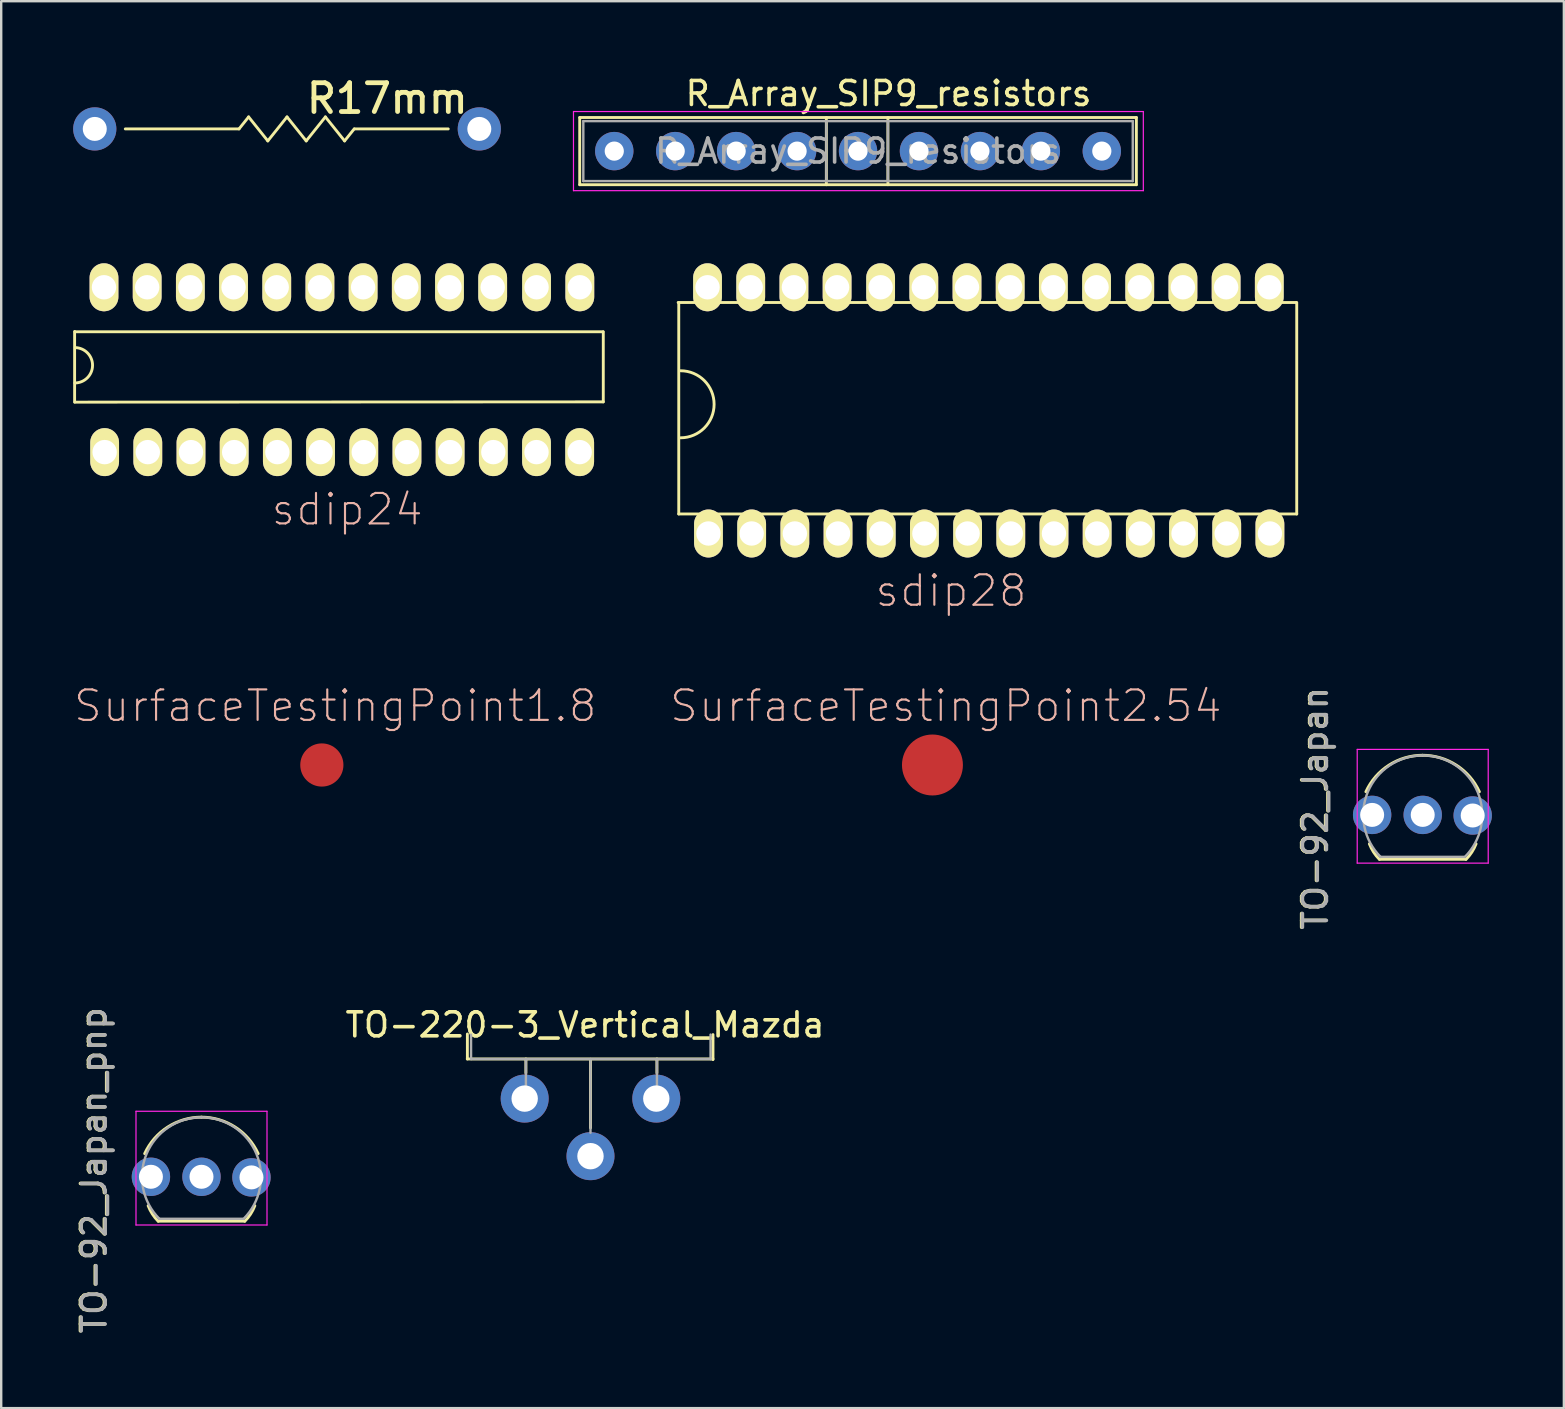
<source format=kicad_pcb>
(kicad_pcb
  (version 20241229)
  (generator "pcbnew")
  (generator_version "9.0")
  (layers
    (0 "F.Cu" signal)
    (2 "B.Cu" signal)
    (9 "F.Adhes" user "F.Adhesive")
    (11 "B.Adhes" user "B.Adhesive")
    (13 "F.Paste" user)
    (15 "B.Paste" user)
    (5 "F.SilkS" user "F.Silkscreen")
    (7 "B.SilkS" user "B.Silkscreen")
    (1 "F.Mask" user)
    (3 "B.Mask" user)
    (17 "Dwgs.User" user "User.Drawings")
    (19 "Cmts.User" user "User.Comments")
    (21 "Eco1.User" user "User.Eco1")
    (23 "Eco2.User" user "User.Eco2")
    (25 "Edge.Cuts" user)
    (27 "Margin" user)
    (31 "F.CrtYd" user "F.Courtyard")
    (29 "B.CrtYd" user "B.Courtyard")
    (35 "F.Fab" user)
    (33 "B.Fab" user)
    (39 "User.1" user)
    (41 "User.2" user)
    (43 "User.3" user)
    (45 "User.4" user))
  (footprint "R_Array_SIP9_resistors"
    (layer "F.Cu")
    (at 22.552 3.248)
    (property "Reference" "R_Array_SIP9_resistors" (at 11.43 -2.4 0) (layer "F.SilkS") (effects (font (size 1 1) (thickness 0.15))))
    (attr through_hole)
    (fp_line (start -1.44 -1.4) (end -1.44 1.4) (stroke (width 0.12) (type solid)) (layer "F.SilkS"))
    (fp_line (start -1.44 1.4) (end 21.76 1.4) (stroke (width 0.12) (type solid)) (layer "F.SilkS"))
    (fp_line (start 8.839 -1.4) (end 8.839 1.4) (stroke (width 0.12) (type solid)) (layer "F.SilkS"))
    (fp_line (start 11.405 -1.4) (end 11.405 1.4) (stroke (width 0.12) (type solid)) (layer "F.SilkS"))
    (fp_line (start 21.76 -1.4) (end -1.44 -1.4) (stroke (width 0.12) (type solid)) (layer "F.SilkS"))
    (fp_line (start 21.76 1.4) (end 21.76 -1.4) (stroke (width 0.12) (type solid)) (layer "F.SilkS"))
    (fp_line (start -1.7 -1.65) (end -1.7 1.65) (stroke (width 0.05) (type solid)) (layer "F.CrtYd"))
    (fp_line (start -1.7 1.65) (end 22.05 1.65) (stroke (width 0.05) (type solid)) (layer "F.CrtYd"))
    (fp_line (start 22.05 -1.65) (end -1.7 -1.65) (stroke (width 0.05) (type solid)) (layer "F.CrtYd"))
    (fp_line (start 22.05 1.65) (end 22.05 -1.65) (stroke (width 0.05) (type solid)) (layer "F.CrtYd"))
    (fp_line (start -1.29 -1.25) (end -1.29 1.25) (stroke (width 0.1) (type solid)) (layer "F.Fab"))
    (fp_line (start -1.29 1.25) (end 21.61 1.25) (stroke (width 0.1) (type solid)) (layer "F.Fab"))
    (fp_line (start 8.839 -1.245) (end 8.839 1.255) (stroke (width 0.1) (type solid)) (layer "F.Fab"))
    (fp_line (start 11.405 -1.255) (end 11.405 1.245) (stroke (width 0.1) (type solid)) (layer "F.Fab"))
    (fp_line (start 21.61 -1.25) (end -1.29 -1.25) (stroke (width 0.1) (type solid)) (layer "F.Fab"))
    (fp_line (start 21.61 1.25) (end 21.61 -1.25) (stroke (width 0.1) (type solid)) (layer "F.Fab"))
    (fp_text user "${REFERENCE}" (at 10.16 0 0) (layer "F.Fab") (effects (font (size 1 1) (thickness 0.15))))
    (pad "1" thru_hole oval (at 0 0) (size 1.6 1.6) (drill 0.8) (layers "*.Cu" "*.Mask"))
    (pad "2" thru_hole oval (at 2.54 0) (size 1.6 1.6) (drill 0.8) (layers "*.Cu" "*.Mask"))
    (pad "3" thru_hole oval (at 5.08 0) (size 1.6 1.6) (drill 0.8) (layers "*.Cu" "*.Mask"))
    (pad "4" thru_hole oval (at 7.62 0) (size 1.6 1.6) (drill 0.8) (layers "*.Cu" "*.Mask"))
    (pad "5" thru_hole oval (at 10.16 0) (size 1.6 1.6) (drill 0.8) (layers "*.Cu" "*.Mask"))
    (pad "6" thru_hole oval (at 12.7 0) (size 1.6 1.6) (drill 0.8) (layers "*.Cu" "*.Mask"))
    (pad "7" thru_hole oval (at 15.24 0) (size 1.6 1.6) (drill 0.8) (layers "*.Cu" "*.Mask"))
    (pad "8" thru_hole oval (at 17.78 0) (size 1.6 1.6) (drill 0.8) (layers "*.Cu" "*.Mask"))
    (pad "9" thru_hole oval (at 20.32 0) (size 1.6 1.6) (drill 0.8) (layers "*.Cu" "*.Mask")))
  (footprint "sdip28"
    (layer "F.Cu")
    (at 49.878 19.261)
    (property "Reference" "sdip28" (at -13.291 2.311 0) (layer "B.SilkS") (effects (font (size 1.27 1.27) (thickness 0.089))))
    (attr exclude_from_pos_files exclude_from_bom)
    (fp_line (start -24.663 -9.703) (end 1.092 -9.703) (stroke (width 0.12) (type solid)) (layer "F.SilkS"))
    (fp_line (start -24.638 -9.703) (end -24.638 -0.889) (stroke (width 0.12) (type solid)) (layer "F.SilkS"))
    (fp_line (start -24.638 -0.889) (end 1.118 -0.889) (stroke (width 0.12) (type solid)) (layer "F.SilkS"))
    (fp_line (start 1.118 -9.703) (end 1.118 -0.889) (stroke (width 0.12) (type solid)) (layer "F.SilkS"))
    (fp_arc (start -24.5618 -6.858) (mid -23.1648 -5.461) (end -24.5618 -4.064) (stroke (width 0.12) (type solid)) (layer "F.SilkS"))
    (pad "1" thru_hole oval (at -23.4 -0.076) (size 1.2 2) (drill 1.016) (layers "*.Cu" "F.Mask" "F.SilkS" "F.Paste"))
    (pad "2" thru_hole oval (at -21.6 -0.076) (size 1.2 2) (drill 1.016) (layers "*.Cu" "F.Mask" "F.SilkS" "F.Paste"))
    (pad "3" thru_hole oval (at -19.8 -0.076) (size 1.2 2) (drill 1.016) (layers "*.Cu" "F.Mask" "F.SilkS" "F.Paste"))
    (pad "4" thru_hole oval (at -18 -0.076) (size 1.2 2) (drill 1.016) (layers "*.Cu" "F.Mask" "F.SilkS" "F.Paste"))
    (pad "5" thru_hole oval (at -16.2 -0.076) (size 1.2 2) (drill 1.016) (layers "*.Cu" "F.Mask" "F.SilkS" "F.Paste"))
    (pad "6" thru_hole oval (at -14.4 -0.076) (size 1.2 2) (drill 1.016) (layers "*.Cu" "F.Mask" "F.SilkS" "F.Paste"))
    (pad "7" thru_hole oval (at -12.6 -0.076) (size 1.2 2) (drill 1.016) (layers "*.Cu" "F.Mask" "F.SilkS" "F.Paste"))
    (pad "8" thru_hole oval (at -10.8 -0.076) (size 1.2 2) (drill 1.016) (layers "*.Cu" "F.Mask" "F.SilkS" "F.Paste"))
    (pad "9" thru_hole oval (at -9 -0.076) (size 1.2 2) (drill 1.016) (layers "*.Cu" "F.Mask" "F.SilkS" "F.Paste"))
    (pad "10" thru_hole oval (at -7.2 -0.076) (size 1.2 2) (drill 1.016) (layers "*.Cu" "F.Mask" "F.SilkS" "F.Paste"))
    (pad "11" thru_hole oval (at -5.4 -0.076) (size 1.2 2) (drill 1.016) (layers "*.Cu" "F.Mask" "F.SilkS" "F.Paste"))
    (pad "12" thru_hole oval (at -3.6 -0.076) (size 1.2 2) (drill 1.016) (layers "*.Cu" "F.Mask" "F.SilkS" "F.Paste"))
    (pad "13" thru_hole oval (at -1.8 -0.076) (size 1.2 2) (drill 1.016) (layers "*.Cu" "F.Mask" "F.SilkS" "F.Paste"))
    (pad "14" thru_hole oval (at 0 -0.076) (size 1.2 2) (drill 1.016) (layers "*.Cu" "F.Mask" "F.SilkS" "F.Paste"))
    (pad "15" thru_hole oval (at -0.025 -10.338) (size 1.2 2) (drill 1.016) (layers "*.Cu" "F.Mask" "F.SilkS" "F.Paste"))
    (pad "16" thru_hole oval (at -1.825 -10.338) (size 1.2 2) (drill 1.016) (layers "*.Cu" "F.Mask" "F.SilkS" "F.Paste"))
    (pad "17" thru_hole oval (at -3.625 -10.338) (size 1.2 2) (drill 1.016) (layers "*.Cu" "F.Mask" "F.SilkS" "F.Paste"))
    (pad "18" thru_hole oval (at -5.425 -10.338) (size 1.2 2) (drill 1.016) (layers "*.Cu" "F.Mask" "F.SilkS" "F.Paste"))
    (pad "19" thru_hole oval (at -7.225 -10.338) (size 1.2 2) (drill 1.016) (layers "*.Cu" "F.Mask" "F.SilkS" "F.Paste"))
    (pad "20" thru_hole oval (at -9.025 -10.338) (size 1.2 2) (drill 1.016) (layers "*.Cu" "F.Mask" "F.SilkS" "F.Paste"))
    (pad "21" thru_hole oval (at -10.825 -10.338) (size 1.2 2) (drill 1.016) (layers "*.Cu" "F.Mask" "F.SilkS" "F.Paste"))
    (pad "22" thru_hole oval (at -12.625 -10.338) (size 1.2 2) (drill 1.016) (layers "*.Cu" "F.Mask" "F.SilkS" "F.Paste"))
    (pad "23" thru_hole oval (at -14.425 -10.338) (size 1.2 2) (drill 1.016) (layers "*.Cu" "F.Mask" "F.SilkS" "F.Paste"))
    (pad "24" thru_hole oval (at -16.225 -10.338) (size 1.2 2) (drill 1.016) (layers "*.Cu" "F.Mask" "F.SilkS" "F.Paste"))
    (pad "25" thru_hole oval (at -18.039 -10.338) (size 1.2 2) (drill 1.016) (layers "*.Cu" "F.Mask" "F.SilkS" "F.Paste"))
    (pad "26" thru_hole oval (at -19.839 -10.338) (size 1.2 2) (drill 1.016) (layers "*.Cu" "F.Mask" "F.SilkS" "F.Paste"))
    (pad "27" thru_hole oval (at -21.639 -10.338) (size 1.2 2) (drill 1.016) (layers "*.Cu" "F.Mask" "F.SilkS" "F.Paste"))
    (pad "28" thru_hole oval (at -23.439 -10.338) (size 1.2 2) (drill 1.016) (layers "*.Cu" "F.Mask" "F.SilkS" "F.Paste")))
  (footprint "TO-92_Japan_pnp"
    (layer "F.Cu")
    (at 4.078 45.997)
    (property "Reference" "TO-92_Japan_pnp" (at -3.23 -0.27 270) (layer "F.SilkS") (effects (font (size 1 1) (thickness 0.15))))
    (attr through_hole)
    (fp_line (start -0.53 1.85) (end 3.07 1.85) (stroke (width 0.12) (type solid)) (layer "F.SilkS"))
    (fp_arc (start -1.098398 -0.9652) (mid -0.139024 -2.072774) (end 1.266901 -2.485681) (stroke (width 0.12) (type solid)) (layer "F.SilkS"))
    (fp_arc (start -0.5334 1.8542) (mid -0.777344 1.552751) (end -0.953055 1.207055) (stroke (width 0.12) (type solid)) (layer "F.SilkS"))
    (fp_arc (start 1.266901 -2.485681) (mid 2.672826 -2.072774) (end 3.6322 -0.9652) (stroke (width 0.12) (type solid)) (layer "F.SilkS"))
    (fp_arc (start 3.493055 1.207055) (mid 3.317344 1.552751) (end 3.0734 1.8542) (stroke (width 0.12) (type solid)) (layer "F.SilkS"))
    (fp_line (start -1.46 -2.73) (end -1.46 2.01) (stroke (width 0.05) (type solid)) (layer "F.CrtYd"))
    (fp_line (start -1.46 -2.73) (end 4 -2.73) (stroke (width 0.05) (type solid)) (layer "F.CrtYd"))
    (fp_line (start 4 2.01) (end -1.46 2.01) (stroke (width 0.05) (type solid)) (layer "F.CrtYd"))
    (fp_line (start 4 2.01) (end 4 -2.73) (stroke (width 0.05) (type solid)) (layer "F.CrtYd"))
    (fp_line (start -0.5 1.75) (end 3 1.75) (stroke (width 0.1) (type solid)) (layer "F.Fab"))
    (fp_arc (start -0.483625 1.753625) (mid -1.021221 -0.949055) (end 1.27 -2.48) (stroke (width 0.1) (type solid)) (layer "F.Fab"))
    (fp_arc (start 1.27 -2.48) (mid 3.561221 -0.949055) (end 3.023625 1.753625) (stroke (width 0.1) (type solid)) (layer "F.Fab"))
    (fp_text user "${REFERENCE}" (at -3.2 -0.27 90) (layer "F.Fab") (effects (font (size 1 1) (thickness 0.15))))
    (pad "1" thru_hole circle (at -0.838 0) (size 1.6 1.6) (drill 1) (layers "*.Cu" "*.Mask"))
    (pad "2" thru_hole circle (at 3.353 0.025) (size 1.6 1.6) (drill 1) (layers "*.Cu" "*.Mask"))
    (pad "3" thru_hole circle (at 1.27 0) (size 1.6 1.6) (drill 1) (layers "*.Cu" "*.Mask")))
  (footprint "TO-220-3_Vertical_Mazda"
    (layer "F.Cu")
    (at 19.021 42.738)
    (property "Reference" "TO-220-3_Vertical_Mazda" (at 2.311 -3.073 0) (layer "F.SilkS") (effects (font (size 1 1) (thickness 0.15))))
    (attr through_hole)
    (fp_line (start -2.595 -1.651) (end 7.645 -1.651) (stroke (width 0.12) (type solid)) (layer "F.SilkS"))
    (fp_line (start -2.591 -2.692) (end -2.591 -1.651) (stroke (width 0.12) (type solid)) (layer "F.SilkS"))
    (fp_line (start -0.152 -1.651) (end -0.152 -1.067) (stroke (width 0.12) (type solid)) (layer "F.SilkS"))
    (fp_line (start 2.54 -1.626) (end 2.54 1.219) (stroke (width 0.12) (type solid)) (layer "F.SilkS"))
    (fp_line (start 5.309 -1.651) (end 5.309 -1.067) (stroke (width 0.12) (type solid)) (layer "F.SilkS"))
    (fp_line (start 7.645 -2.667) (end 7.645 -1.626) (stroke (width 0.12) (type solid)) (layer "F.SilkS"))
    (fp_line (start -2.438 -1.645) (end -2.438 -2.667) (stroke (width 0.1) (type solid)) (layer "F.Fab"))
    (fp_line (start -0.152 -1.651) (end -0.152 -0.381) (stroke (width 0.1) (type solid)) (layer "F.Fab"))
    (fp_line (start 2.54 -1.651) (end 2.54 1.422) (stroke (width 0.1) (type solid)) (layer "F.Fab"))
    (fp_line (start 5.309 -1.651) (end 5.309 -0.381) (stroke (width 0.1) (type solid)) (layer "F.Fab"))
    (fp_line (start 7.544 -1.645) (end 7.544 -2.667) (stroke (width 0.1) (type solid)) (layer "F.Fab"))
    (fp_line (start 7.562 -1.651) (end -2.438 -1.651) (stroke (width 0.1) (type solid)) (layer "F.Fab"))
    (pad "1" thru_hole circle (at -0.203 0) (size 2 2) (drill 1.1) (layers "*.Cu" "*.Mask"))
    (pad "2" thru_hole circle (at 2.54 2.4) (size 2 2) (drill 1.1) (layers "*.Cu" "*.Mask"))
    (pad "3" thru_hole circle (at 5.283 0) (size 2 2) (drill 1.1) (layers "*.Cu" "*.Mask")))
  (footprint "SurfaceTestingPoint2.54"
    (layer "F.Cu")
    (at 35.813 28.834)
    (property "Reference" "SurfaceTestingPoint2.54" (at 0.559 -2.464 0) (layer "B.SilkS") (effects (font (size 1.27 1.27) (thickness 0.089))))
    (attr smd)
    (pad "1" smd circle (at 0 0) (size 2.54 2.54) (layers "F.Cu" "F.Mask" "F.Paste")))
  (footprint "R17mm"
    (layer "F.Cu")
    (at 0.9 2.323)
    (property "Reference" "R17mm" (at 12.192 -1.27 180) (layer "F.SilkS") (effects (font (size 1.2 1.2) (thickness 0.2))))
    (attr through_hole)
    (fp_line (start 6.012 0) (end 1.272 0) (stroke (width 0.12) (type solid)) (layer "F.SilkS"))
    (fp_line (start 6.012 0) (end 6.412 -0.5) (stroke (width 0.12) (type solid)) (layer "F.SilkS"))
    (fp_line (start 6.412 -0.5) (end 7.212 0.5) (stroke (width 0.12) (type solid)) (layer "F.SilkS"))
    (fp_line (start 7.212 0.5) (end 8.012 -0.5) (stroke (width 0.12) (type solid)) (layer "F.SilkS"))
    (fp_line (start 8.012 -0.5) (end 8.812 0.5) (stroke (width 0.12) (type solid)) (layer "F.SilkS"))
    (fp_line (start 8.812 0.5) (end 9.612 -0.5) (stroke (width 0.12) (type solid)) (layer "F.SilkS"))
    (fp_line (start 9.612 -0.5) (end 10.412 0.5) (stroke (width 0.12) (type solid)) (layer "F.SilkS"))
    (fp_line (start 10.412 0.5) (end 10.812 0) (stroke (width 0.12) (type solid)) (layer "F.SilkS"))
    (fp_line (start 10.822 0) (end 14.732 0) (stroke (width 0.12) (type solid)) (layer "F.SilkS"))
    (pad "1" thru_hole circle (at 0 0) (size 1.8 1.8) (drill 1) (layers "*.Cu" "*.Mask"))
    (pad "2" thru_hole oval (at 16.027 0) (size 1.8 1.8) (drill 1) (layers "*.Cu" "*.Mask")))
  (footprint "sdip24"
    (layer "F.Cu")
    (at 1.279 15.718)
    (property "Reference" "sdip24" (at 10.141 2.464 0) (layer "B.SilkS") (effects (font (size 1.27 1.27) (thickness 0.089))))
    (attr exclude_from_pos_files exclude_from_bom)
    (fp_line (start -1.219 -4.953) (end -1.219 -2.007) (stroke (width 0.12) (type solid)) (layer "F.SilkS"))
    (fp_line (start -1.206 -4.94) (end 20.803 -4.94) (stroke (width 0.12) (type solid)) (layer "F.SilkS"))
    (fp_line (start -1.206 -2.007) (end 20.815 -2.019) (stroke (width 0.12) (type solid)) (layer "F.SilkS"))
    (fp_line (start 20.815 -4.94) (end 20.815 -2.019) (stroke (width 0.12) (type solid)) (layer "F.SilkS"))
    (fp_arc (start -1.191157 -4.27974) (mid -0.46994 -3.535628) (end -1.2065 -2.8067) (stroke (width 0.12) (type solid)) (layer "F.SilkS"))
    (pad "1" thru_hole oval (at 0.032 0.076) (size 1.2 2) (drill 1.016) (layers "*.Cu" "F.Mask" "F.SilkS" "F.Paste"))
    (pad "2" thru_hole oval (at 1.831 0.076) (size 1.2 2) (drill 1.016) (layers "*.Cu" "F.Mask" "F.SilkS" "F.Paste"))
    (pad "3" thru_hole oval (at 3.631 0.076) (size 1.2 2) (drill 1.016) (layers "*.Cu" "F.Mask" "F.SilkS" "F.Paste"))
    (pad "4" thru_hole oval (at 5.431 0.076) (size 1.2 2) (drill 1.016) (layers "*.Cu" "F.Mask" "F.SilkS" "F.Paste"))
    (pad "5" thru_hole oval (at 7.231 0.076) (size 1.2 2) (drill 1.016) (layers "*.Cu" "F.Mask" "F.SilkS" "F.Paste"))
    (pad "6" thru_hole oval (at 9.031 0.076) (size 1.2 2) (drill 1.016) (layers "*.Cu" "F.Mask" "F.SilkS" "F.Paste"))
    (pad "7" thru_hole oval (at 10.832 0.076) (size 1.2 2) (drill 1.016) (layers "*.Cu" "F.Mask" "F.SilkS" "F.Paste"))
    (pad "8" thru_hole oval (at 12.632 0.076) (size 1.2 2) (drill 1.016) (layers "*.Cu" "F.Mask" "F.SilkS" "F.Paste"))
    (pad "9" thru_hole oval (at 14.431 0.076) (size 1.2 2) (drill 1.016) (layers "*.Cu" "F.Mask" "F.SilkS" "F.Paste"))
    (pad "10" thru_hole oval (at 16.232 0.076) (size 1.2 2) (drill 1.016) (layers "*.Cu" "F.Mask" "F.SilkS" "F.Paste"))
    (pad "11" thru_hole oval (at 18.032 0.076) (size 1.2 2) (drill 1.016) (layers "*.Cu" "F.Mask" "F.SilkS" "F.Paste"))
    (pad "12" thru_hole oval (at 19.831 0.076) (size 1.2 2) (drill 1.016) (layers "*.Cu" "F.Mask" "F.SilkS" "F.Paste"))
    (pad "13" thru_hole oval (at 19.837 -6.795) (size 1.2 2) (drill 1.016) (layers "*.Cu" "F.Mask" "F.SilkS" "F.Paste"))
    (pad "14" thru_hole oval (at 18.034 -6.795) (size 1.2 2) (drill 1.016) (layers "*.Cu" "F.Mask" "F.SilkS" "F.Paste"))
    (pad "15" thru_hole oval (at 16.205 -6.795) (size 1.2 2) (drill 1.016) (layers "*.Cu" "F.Mask" "F.SilkS" "F.Paste"))
    (pad "16" thru_hole oval (at 14.405 -6.795) (size 1.2 2) (drill 1.016) (layers "*.Cu" "F.Mask" "F.SilkS" "F.Paste"))
    (pad "17" thru_hole oval (at 12.605 -6.795) (size 1.2 2) (drill 1.016) (layers "*.Cu" "F.Mask" "F.SilkS" "F.Paste"))
    (pad "18" thru_hole oval (at 10.805 -6.795) (size 1.2 2) (drill 1.016) (layers "*.Cu" "F.Mask" "F.SilkS" "F.Paste"))
    (pad "19" thru_hole oval (at 9.005 -6.795) (size 1.2 2) (drill 1.016) (layers "*.Cu" "F.Mask" "F.SilkS" "F.Paste"))
    (pad "20" thru_hole oval (at 7.205 -6.795) (size 1.2 2) (drill 1.016) (layers "*.Cu" "F.Mask" "F.SilkS" "F.Paste"))
    (pad "21" thru_hole oval (at 5.405 -6.795) (size 1.2 2) (drill 1.016) (layers "*.Cu" "F.Mask" "F.SilkS" "F.Paste"))
    (pad "22" thru_hole oval (at 3.605 -6.795) (size 1.2 2) (drill 1.016) (layers "*.Cu" "F.Mask" "F.SilkS" "F.Paste"))
    (pad "23" thru_hole oval (at 1.805 -6.795) (size 1.2 2) (drill 1.016) (layers "*.Cu" "F.Mask" "F.SilkS" "F.Paste"))
    (pad "24" thru_hole oval (at 0.005 -6.795) (size 1.2 2) (drill 1.016) (layers "*.Cu" "F.Mask" "F.SilkS" "F.Paste")))
  (footprint "TO-92_Japan"
    (layer "F.Cu")
    (at 54.977 30.914)
    (property "Reference" "TO-92_Japan" (at -3.23 -0.27 270) (layer "F.SilkS") (effects (font (size 1 1) (thickness 0.15))))
    (attr through_hole)
    (fp_line (start -0.53 1.85) (end 3.07 1.85) (stroke (width 0.12) (type solid)) (layer "F.SilkS"))
    (fp_arc (start -1.098398 -0.9652) (mid -0.139024 -2.072774) (end 1.266901 -2.485681) (stroke (width 0.12) (type solid)) (layer "F.SilkS"))
    (fp_arc (start -0.5334 1.8542) (mid -0.777344 1.552751) (end -0.953055 1.207055) (stroke (width 0.12) (type solid)) (layer "F.SilkS"))
    (fp_arc (start 1.266901 -2.485681) (mid 2.672826 -2.072774) (end 3.6322 -0.9652) (stroke (width 0.12) (type solid)) (layer "F.SilkS"))
    (fp_arc (start 3.493055 1.207055) (mid 3.317344 1.552751) (end 3.0734 1.8542) (stroke (width 0.12) (type solid)) (layer "F.SilkS"))
    (fp_line (start -1.46 -2.73) (end -1.46 2.01) (stroke (width 0.05) (type solid)) (layer "F.CrtYd"))
    (fp_line (start -1.46 -2.73) (end 4 -2.73) (stroke (width 0.05) (type solid)) (layer "F.CrtYd"))
    (fp_line (start 4 2.01) (end -1.46 2.01) (stroke (width 0.05) (type solid)) (layer "F.CrtYd"))
    (fp_line (start 4 2.01) (end 4 -2.73) (stroke (width 0.05) (type solid)) (layer "F.CrtYd"))
    (fp_line (start -0.5 1.75) (end 3 1.75) (stroke (width 0.1) (type solid)) (layer "F.Fab"))
    (fp_arc (start -0.483625 1.753625) (mid -1.021221 -0.949055) (end 1.27 -2.48) (stroke (width 0.1) (type solid)) (layer "F.Fab"))
    (fp_arc (start 1.27 -2.48) (mid 3.561221 -0.949055) (end 3.023625 1.753625) (stroke (width 0.1) (type solid)) (layer "F.Fab"))
    (fp_text user "${REFERENCE}" (at -3.2 -0.27 90) (layer "F.Fab") (effects (font (size 1 1) (thickness 0.15))))
    (pad "1" thru_hole circle (at -0.838 0) (size 1.6 1.6) (drill 1) (layers "*.Cu" "*.Mask"))
    (pad "2" thru_hole circle (at 1.27 0) (size 1.6 1.6) (drill 1) (layers "*.Cu" "*.Mask"))
    (pad "3" thru_hole circle (at 3.353 0.025) (size 1.6 1.6) (drill 1) (layers "*.Cu" "*.Mask")))
  (footprint "SurfaceTestingPoint1.8"
    (layer "F.Cu")
    (at 10.364 28.834)
    (property "Reference" "SurfaceTestingPoint1.8" (at 0.559 -2.464 0) (layer "B.SilkS") (effects (font (size 1.27 1.27) (thickness 0.089))))
    (attr smd)
    (pad "1" smd circle (at 0 0) (size 1.8 1.8) (layers "F.Cu" "F.Mask" "F.Paste")))
  (gr_rect
    (start -3 -3)
    (end 62.13 55.638)
    (stroke (width 0.1) (type default))
    (fill no)
    (layer "Edge.Cuts")))
</source>
